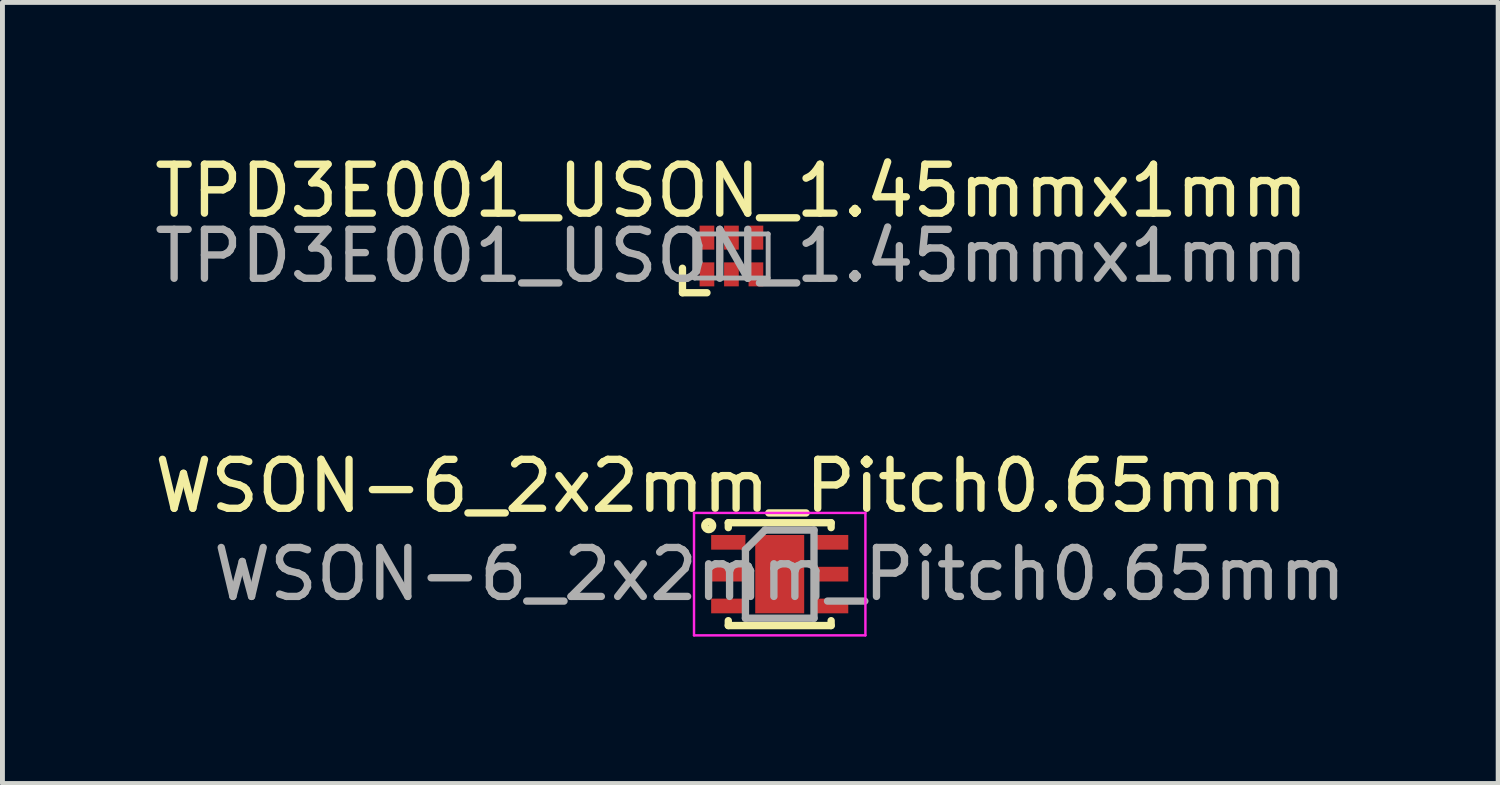
<source format=kicad_pcb>
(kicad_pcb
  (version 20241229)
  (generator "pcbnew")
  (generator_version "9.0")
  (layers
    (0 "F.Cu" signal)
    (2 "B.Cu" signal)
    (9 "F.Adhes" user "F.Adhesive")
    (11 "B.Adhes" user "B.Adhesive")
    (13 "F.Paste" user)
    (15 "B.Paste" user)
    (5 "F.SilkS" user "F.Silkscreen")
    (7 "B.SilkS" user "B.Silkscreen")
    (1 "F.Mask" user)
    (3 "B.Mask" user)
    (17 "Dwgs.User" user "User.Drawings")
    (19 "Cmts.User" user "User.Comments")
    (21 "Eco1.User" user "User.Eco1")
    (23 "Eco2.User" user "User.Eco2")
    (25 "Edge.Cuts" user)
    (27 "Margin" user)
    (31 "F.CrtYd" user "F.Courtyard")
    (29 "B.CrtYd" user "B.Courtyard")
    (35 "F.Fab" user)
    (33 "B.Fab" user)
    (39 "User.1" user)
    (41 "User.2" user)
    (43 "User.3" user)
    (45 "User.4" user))
  (footprint "TPD3E001_USON_1.45mmx1mm"
    (layer "F.Cu")
    (at 11.887 2.178)
    (property "Reference" "TPD3E001_USON_1.45mmx1mm" (at 0 -1.33 0) (layer "F.SilkS") (effects (font (size 1 1) (thickness 0.15))))
    (attr smd)
    (fp_line (start -1 0.25) (end -1 0.75) (stroke (width 0.15) (type solid)) (layer "F.SilkS"))
    (fp_line (start -1 0.75) (end -0.5 0.75) (stroke (width 0.15) (type solid)) (layer "F.SilkS"))
    (fp_line (start -0.75 -0.45) (end -0.75 0.45) (stroke (width 0.1) (type solid)) (layer "F.Fab"))
    (fp_line (start -0.75 -0.45) (end 0.75 -0.45) (stroke (width 0.1) (type solid)) (layer "F.Fab"))
    (fp_line (start -0.75 0.45) (end 0.75 0.45) (stroke (width 0.1) (type solid)) (layer "F.Fab"))
    (fp_line (start 0.75 -0.45) (end 0.75 0.45) (stroke (width 0.1) (type solid)) (layer "F.Fab"))
    (fp_text user "${REFERENCE}" (at 0 0 0) (layer "F.Fab") (effects (font (size 1 1) (thickness 0.15))))
    (pad "1" smd rect (at -0.5 0.375) (size 0.3 0.49) (layers "F.Cu" "F.Mask" "F.Paste"))
    (pad "2" smd rect (at 0 0.375) (size 0.3 0.49) (layers "F.Cu" "F.Mask" "F.Paste"))
    (pad "3" smd rect (at 0.5 0.375) (size 0.3 0.49) (layers "F.Cu" "F.Mask" "F.Paste"))
    (pad "4" smd rect (at 0.5 -0.375) (size 0.3 0.49) (layers "F.Cu" "F.Mask" "F.Paste"))
    (pad "5" smd rect (at 0 -0.375) (size 0.3 0.49) (layers "F.Cu" "F.Mask" "F.Paste"))
    (pad "6" smd rect (at -0.5 -0.375) (size 0.3 0.49) (layers "F.Cu" "F.Mask" "F.Paste")))
  (footprint "WSON-6_2x2mm_Pitch0.65mm"
    (layer "F.Cu")
    (at 12.873 8.675)
    (property "Reference" "WSON-6_2x2mm_Pitch0.65mm" (at -1.2 -1.8 0) (layer "F.SilkS") (effects (font (size 1 1) (thickness 0.15))))
    (attr smd)
    (fp_line (start -1.05 -1.05) (end -1.05 -0.95) (stroke (width 0.15) (type solid)) (layer "F.SilkS"))
    (fp_line (start -1.05 1.05) (end -1.05 0.95) (stroke (width 0.15) (type solid)) (layer "F.SilkS"))
    (fp_line (start -1.05 1.05) (end 1.05 1.05) (stroke (width 0.15) (type solid)) (layer "F.SilkS"))
    (fp_line (start 1.05 -1.05) (end -1.05 -1.05) (stroke (width 0.15) (type solid)) (layer "F.SilkS"))
    (fp_line (start 1.05 -1.05) (end 1.05 -0.95) (stroke (width 0.15) (type solid)) (layer "F.SilkS"))
    (fp_line (start 1.05 1.05) (end 1.05 0.95) (stroke (width 0.15) (type solid)) (layer "F.SilkS"))
    (fp_circle (center -1.45 -0.99) (end -1.38 -0.95) (stroke (width 0.15) (type solid)) (fill no) (layer "F.SilkS"))
    (fp_line (start -1.75 -1.25) (end -1.75 1.25) (stroke (width 0.05) (type solid)) (layer "F.CrtYd"))
    (fp_line (start -1.75 1.25) (end 1.75 1.25) (stroke (width 0.05) (type solid)) (layer "F.CrtYd"))
    (fp_line (start 1.75 -1.25) (end -1.75 -1.25) (stroke (width 0.05) (type solid)) (layer "F.CrtYd"))
    (fp_line (start 1.75 1.25) (end 1.75 -1.25) (stroke (width 0.05) (type solid)) (layer "F.CrtYd"))
    (fp_line (start -0.7 -0.5) (end -0.3 -0.9) (stroke (width 0.15) (type solid)) (layer "F.Fab"))
    (fp_line (start -0.7 0.9) (end -0.7 -0.5) (stroke (width 0.15) (type solid)) (layer "F.Fab"))
    (fp_line (start -0.3 -0.9) (end 0.7 -0.9) (stroke (width 0.15) (type solid)) (layer "F.Fab"))
    (fp_line (start 0.7 -0.9) (end 0.7 0.9) (stroke (width 0.15) (type solid)) (layer "F.Fab"))
    (fp_line (start 0.7 0.9) (end -0.7 0.9) (stroke (width 0.15) (type solid)) (layer "F.Fab"))
    (fp_text user "${REFERENCE}" (at 0 0 0) (layer "F.Fab") (effects (font (size 1 1) (thickness 0.15))))
    (pad "1" smd rect (at -1.05 -0.65 270) (size 0.3 0.7) (layers "F.Cu" "F.Mask" "F.Paste"))
    (pad "2" smd rect (at -1.05 0 270) (size 0.3 0.7) (layers "F.Cu" "F.Mask" "F.Paste"))
    (pad "3" smd rect (at -1.05 0.65 270) (size 0.3 0.7) (layers "F.Cu" "F.Mask" "F.Paste"))
    (pad "4" smd rect (at 1.05 0.65 270) (size 0.3 0.7) (layers "F.Cu" "F.Mask" "F.Paste"))
    (pad "5" smd rect (at 1.05 0 270) (size 0.3 0.7) (layers "F.Cu" "F.Mask" "F.Paste"))
    (pad "6" smd rect (at 1.05 -0.65 270) (size 0.3 0.7) (layers "F.Cu" "F.Mask" "F.Paste"))
    (pad "7" smd rect (at 0 0 270) (size 1.6 1) (layers "F.Cu" "F.Mask" "F.Paste")))
  (gr_rect
    (start -3 -3)
    (end 27.545 12.95)
    (stroke (width 0.1) (type default))
    (fill no)
    (layer "Edge.Cuts")))
</source>
